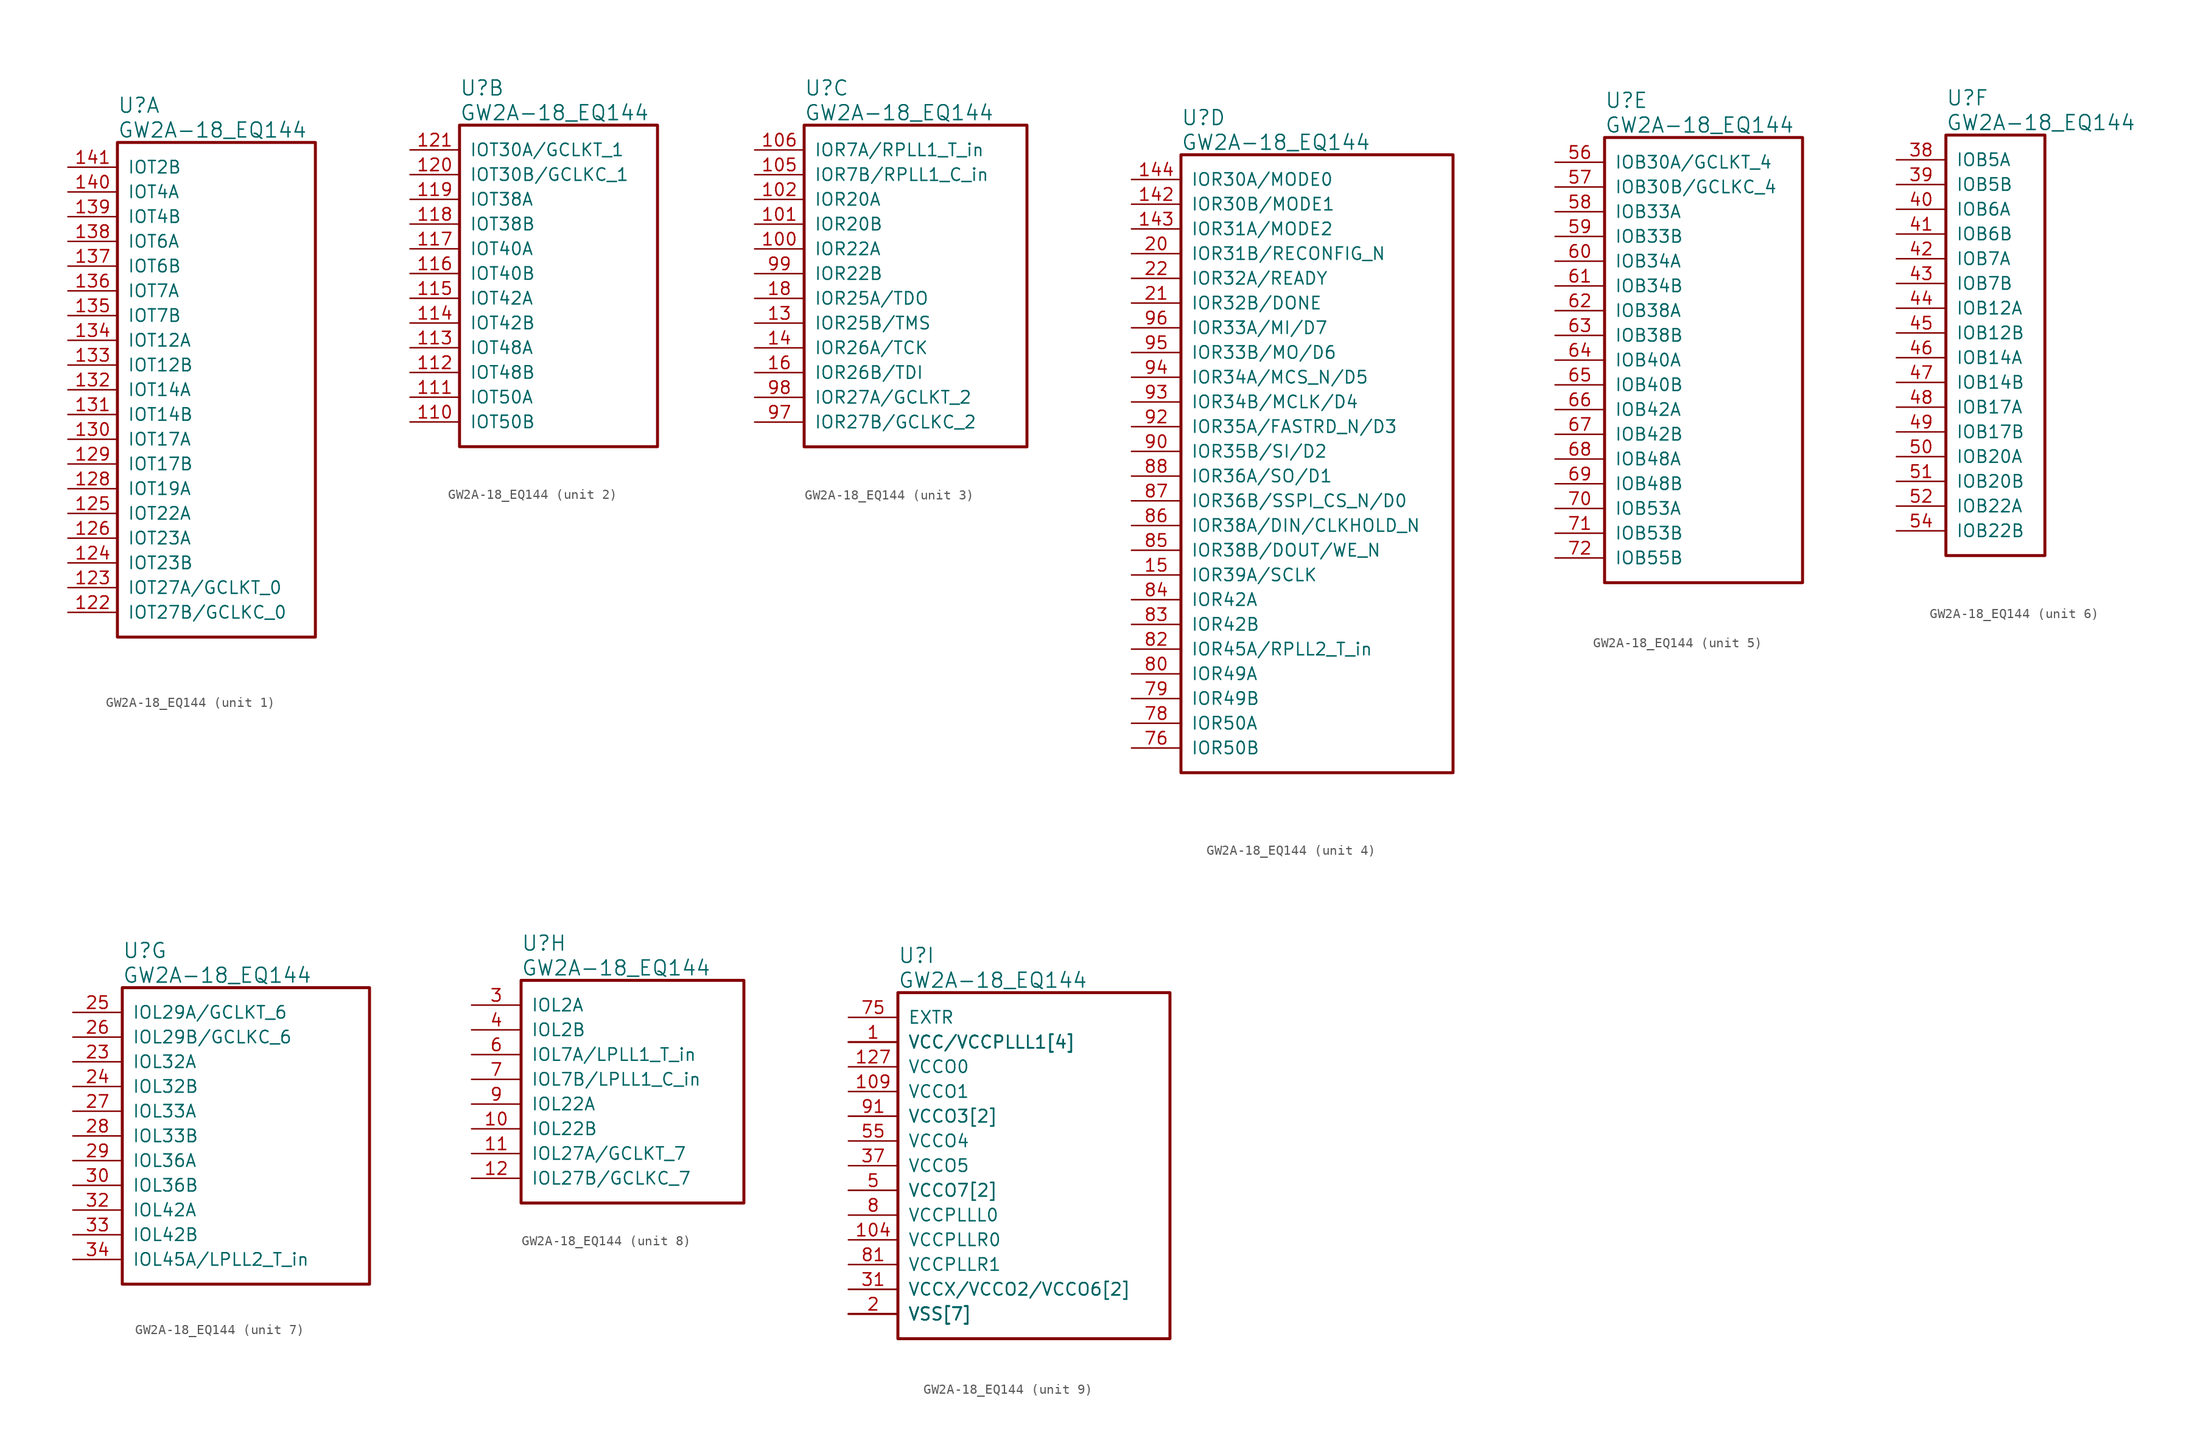
<source format=kicad_sym>
(kicad_symbol_lib
  (version 20211014)
  (generator kicad_symbol_editor)
  (symbol "GW2A-18_EQ144"
    (pin_names
      (offset 1.016))
    (property "Reference" "U"
      (at 5.08 6.35 0)
      (effects (font (size 1.524 1.524)) (justify left)))
    (property "Value" "GW2A-18_EQ144"
      (at 5.08 3.81 0)
      (effects (font (size 1.524 1.524)) (justify left)))
    (property "ki_locked" ""
      (at 0 0 0)
      (effects (font (size 1.27 1.27))))
    (symbol "GW2A-18_EQ144_1_1"
      (rectangle (start 5.08 2.54) (end 25.4 -48.26) (stroke (width 0.305) (type default) (color 0 0 0 0)) (fill (type none)))
      (pin bidirectional line (at 0 -45.72 0) (length 5.08) (name "IOT27B/GCLKC_0" (effects (font (size 1.27 1.27)))) (number "122" (effects (font (size 1.27 1.27)))))
      (pin bidirectional line (at 0 -43.18 0) (length 5.08) (name "IOT27A/GCLKT_0" (effects (font (size 1.27 1.27)))) (number "123" (effects (font (size 1.27 1.27)))))
      (pin bidirectional line (at 0 -40.64 0) (length 5.08) (name "IOT23B" (effects (font (size 1.27 1.27)))) (number "124" (effects (font (size 1.27 1.27)))))
      (pin bidirectional line (at 0 -35.56 0) (length 5.08) (name "IOT22A" (effects (font (size 1.27 1.27)))) (number "125" (effects (font (size 1.27 1.27)))))
      (pin bidirectional line (at 0 -38.1 0) (length 5.08) (name "IOT23A" (effects (font (size 1.27 1.27)))) (number "126" (effects (font (size 1.27 1.27)))))
      (pin bidirectional line (at 0 -33.02 0) (length 5.08) (name "IOT19A" (effects (font (size 1.27 1.27)))) (number "128" (effects (font (size 1.27 1.27)))))
      (pin bidirectional line (at 0 -30.48 0) (length 5.08) (name "IOT17B" (effects (font (size 1.27 1.27)))) (number "129" (effects (font (size 1.27 1.27)))))
      (pin bidirectional line (at 0 -27.94 0) (length 5.08) (name "IOT17A" (effects (font (size 1.27 1.27)))) (number "130" (effects (font (size 1.27 1.27)))))
      (pin bidirectional line (at 0 -25.4 0) (length 5.08) (name "IOT14B" (effects (font (size 1.27 1.27)))) (number "131" (effects (font (size 1.27 1.27)))))
      (pin bidirectional line (at 0 -22.86 0) (length 5.08) (name "IOT14A" (effects (font (size 1.27 1.27)))) (number "132" (effects (font (size 1.27 1.27)))))
      (pin bidirectional line (at 0 -20.32 0) (length 5.08) (name "IOT12B" (effects (font (size 1.27 1.27)))) (number "133" (effects (font (size 1.27 1.27)))))
      (pin bidirectional line (at 0 -17.78 0) (length 5.08) (name "IOT12A" (effects (font (size 1.27 1.27)))) (number "134" (effects (font (size 1.27 1.27)))))
      (pin bidirectional line (at 0 -15.24 0) (length 5.08) (name "IOT7B" (effects (font (size 1.27 1.27)))) (number "135" (effects (font (size 1.27 1.27)))))
      (pin bidirectional line (at 0 -12.7 0) (length 5.08) (name "IOT7A" (effects (font (size 1.27 1.27)))) (number "136" (effects (font (size 1.27 1.27)))))
      (pin bidirectional line (at 0 -10.16 0) (length 5.08) (name "IOT6B" (effects (font (size 1.27 1.27)))) (number "137" (effects (font (size 1.27 1.27)))))
      (pin bidirectional line (at 0 -7.62 0) (length 5.08) (name "IOT6A" (effects (font (size 1.27 1.27)))) (number "138" (effects (font (size 1.27 1.27)))))
      (pin bidirectional line (at 0 -5.08 0) (length 5.08) (name "IOT4B" (effects (font (size 1.27 1.27)))) (number "139" (effects (font (size 1.27 1.27)))))
      (pin bidirectional line (at 0 -2.54 0) (length 5.08) (name "IOT4A" (effects (font (size 1.27 1.27)))) (number "140" (effects (font (size 1.27 1.27)))))
      (pin bidirectional line (at 0 0 0) (length 5.08) (name "IOT2B" (effects (font (size 1.27 1.27)))) (number "141" (effects (font (size 1.27 1.27))))))
    (symbol "GW2A-18_EQ144_2_1"
      (rectangle (start 5.08 2.54) (end 25.4 -30.48) (stroke (width 0.305) (type default) (color 0 0 0 0)) (fill (type none)))
      (pin bidirectional line (at 0 -27.94 0) (length 5.08) (name "IOT50B" (effects (font (size 1.27 1.27)))) (number "110" (effects (font (size 1.27 1.27)))))
      (pin bidirectional line (at 0 -25.4 0) (length 5.08) (name "IOT50A" (effects (font (size 1.27 1.27)))) (number "111" (effects (font (size 1.27 1.27)))))
      (pin bidirectional line (at 0 -22.86 0) (length 5.08) (name "IOT48B" (effects (font (size 1.27 1.27)))) (number "112" (effects (font (size 1.27 1.27)))))
      (pin bidirectional line (at 0 -20.32 0) (length 5.08) (name "IOT48A" (effects (font (size 1.27 1.27)))) (number "113" (effects (font (size 1.27 1.27)))))
      (pin bidirectional line (at 0 -17.78 0) (length 5.08) (name "IOT42B" (effects (font (size 1.27 1.27)))) (number "114" (effects (font (size 1.27 1.27)))))
      (pin bidirectional line (at 0 -15.24 0) (length 5.08) (name "IOT42A" (effects (font (size 1.27 1.27)))) (number "115" (effects (font (size 1.27 1.27)))))
      (pin bidirectional line (at 0 -12.7 0) (length 5.08) (name "IOT40B" (effects (font (size 1.27 1.27)))) (number "116" (effects (font (size 1.27 1.27)))))
      (pin bidirectional line (at 0 -10.16 0) (length 5.08) (name "IOT40A" (effects (font (size 1.27 1.27)))) (number "117" (effects (font (size 1.27 1.27)))))
      (pin bidirectional line (at 0 -7.62 0) (length 5.08) (name "IOT38B" (effects (font (size 1.27 1.27)))) (number "118" (effects (font (size 1.27 1.27)))))
      (pin bidirectional line (at 0 -5.08 0) (length 5.08) (name "IOT38A" (effects (font (size 1.27 1.27)))) (number "119" (effects (font (size 1.27 1.27)))))
      (pin bidirectional line (at 0 -2.54 0) (length 5.08) (name "IOT30B/GCLKC_1" (effects (font (size 1.27 1.27)))) (number "120" (effects (font (size 1.27 1.27)))))
      (pin bidirectional line (at 0 0 0) (length 5.08) (name "IOT30A/GCLKT_1" (effects (font (size 1.27 1.27)))) (number "121" (effects (font (size 1.27 1.27))))))
    (symbol "GW2A-18_EQ144_3_1"
      (rectangle (start 5.08 2.54) (end 27.94 -30.48) (stroke (width 0.305) (type default) (color 0 0 0 0)) (fill (type none)))
      (pin bidirectional line (at 0 -10.16 0) (length 5.08) (name "IOR22A" (effects (font (size 1.27 1.27)))) (number "100" (effects (font (size 1.27 1.27)))))
      (pin bidirectional line (at 0 -7.62 0) (length 5.08) (name "IOR20B" (effects (font (size 1.27 1.27)))) (number "101" (effects (font (size 1.27 1.27)))))
      (pin bidirectional line (at 0 -5.08 0) (length 5.08) (name "IOR20A" (effects (font (size 1.27 1.27)))) (number "102" (effects (font (size 1.27 1.27)))))
      (pin bidirectional line (at 0 -2.54 0) (length 5.08) (name "IOR7B/RPLL1_C_in" (effects (font (size 1.27 1.27)))) (number "105" (effects (font (size 1.27 1.27)))))
      (pin bidirectional line (at 0 0 0) (length 5.08) (name "IOR7A/RPLL1_T_in" (effects (font (size 1.27 1.27)))) (number "106" (effects (font (size 1.27 1.27)))))
      (pin bidirectional line (at 0 -17.78 0) (length 5.08) (name "IOR25B/TMS" (effects (font (size 1.27 1.27)))) (number "13" (effects (font (size 1.27 1.27)))))
      (pin bidirectional line (at 0 -20.32 0) (length 5.08) (name "IOR26A/TCK" (effects (font (size 1.27 1.27)))) (number "14" (effects (font (size 1.27 1.27)))))
      (pin bidirectional line (at 0 -22.86 0) (length 5.08) (name "IOR26B/TDI" (effects (font (size 1.27 1.27)))) (number "16" (effects (font (size 1.27 1.27)))))
      (pin bidirectional line (at 0 -15.24 0) (length 5.08) (name "IOR25A/TDO" (effects (font (size 1.27 1.27)))) (number "18" (effects (font (size 1.27 1.27)))))
      (pin bidirectional line (at 0 -27.94 0) (length 5.08) (name "IOR27B/GCLKC_2" (effects (font (size 1.27 1.27)))) (number "97" (effects (font (size 1.27 1.27)))))
      (pin bidirectional line (at 0 -25.4 0) (length 5.08) (name "IOR27A/GCLKT_2" (effects (font (size 1.27 1.27)))) (number "98" (effects (font (size 1.27 1.27)))))
      (pin bidirectional line (at 0 -12.7 0) (length 5.08) (name "IOR22B" (effects (font (size 1.27 1.27)))) (number "99" (effects (font (size 1.27 1.27))))))
    (symbol "GW2A-18_EQ144_4_1"
      (rectangle (start 5.08 2.54) (end 33.02 -60.96) (stroke (width 0.305) (type default) (color 0 0 0 0)) (fill (type none)))
      (pin bidirectional line (at 0 -2.54 0) (length 5.08) (name "IOR30B/MODE1" (effects (font (size 1.27 1.27)))) (number "142" (effects (font (size 1.27 1.27)))))
      (pin bidirectional line (at 0 -5.08 0) (length 5.08) (name "IOR31A/MODE2" (effects (font (size 1.27 1.27)))) (number "143" (effects (font (size 1.27 1.27)))))
      (pin bidirectional line (at 0 0 0) (length 5.08) (name "IOR30A/MODE0" (effects (font (size 1.27 1.27)))) (number "144" (effects (font (size 1.27 1.27)))))
      (pin bidirectional line (at 0 -40.64 0) (length 5.08) (name "IOR39A/SCLK" (effects (font (size 1.27 1.27)))) (number "15" (effects (font (size 1.27 1.27)))))
      (pin bidirectional line (at 0 -7.62 0) (length 5.08) (name "IOR31B/RECONFIG_N" (effects (font (size 1.27 1.27)))) (number "20" (effects (font (size 1.27 1.27)))))
      (pin bidirectional line (at 0 -12.7 0) (length 5.08) (name "IOR32B/DONE" (effects (font (size 1.27 1.27)))) (number "21" (effects (font (size 1.27 1.27)))))
      (pin bidirectional line (at 0 -10.16 0) (length 5.08) (name "IOR32A/READY" (effects (font (size 1.27 1.27)))) (number "22" (effects (font (size 1.27 1.27)))))
      (pin bidirectional line (at 0 -58.42 0) (length 5.08) (name "IOR50B" (effects (font (size 1.27 1.27)))) (number "76" (effects (font (size 1.27 1.27)))))
      (pin bidirectional line (at 0 -55.88 0) (length 5.08) (name "IOR50A" (effects (font (size 1.27 1.27)))) (number "78" (effects (font (size 1.27 1.27)))))
      (pin bidirectional line (at 0 -53.34 0) (length 5.08) (name "IOR49B" (effects (font (size 1.27 1.27)))) (number "79" (effects (font (size 1.27 1.27)))))
      (pin bidirectional line (at 0 -50.8 0) (length 5.08) (name "IOR49A" (effects (font (size 1.27 1.27)))) (number "80" (effects (font (size 1.27 1.27)))))
      (pin bidirectional line (at 0 -48.26 0) (length 5.08) (name "IOR45A/RPLL2_T_in" (effects (font (size 1.27 1.27)))) (number "82" (effects (font (size 1.27 1.27)))))
      (pin bidirectional line (at 0 -45.72 0) (length 5.08) (name "IOR42B" (effects (font (size 1.27 1.27)))) (number "83" (effects (font (size 1.27 1.27)))))
      (pin bidirectional line (at 0 -43.18 0) (length 5.08) (name "IOR42A" (effects (font (size 1.27 1.27)))) (number "84" (effects (font (size 1.27 1.27)))))
      (pin bidirectional line (at 0 -38.1 0) (length 5.08) (name "IOR38B/DOUT/WE_N" (effects (font (size 1.27 1.27)))) (number "85" (effects (font (size 1.27 1.27)))))
      (pin bidirectional line (at 0 -35.56 0) (length 5.08) (name "IOR38A/DIN/CLKHOLD_N" (effects (font (size 1.27 1.27)))) (number "86" (effects (font (size 1.27 1.27)))))
      (pin bidirectional line (at 0 -33.02 0) (length 5.08) (name "IOR36B/SSPI_CS_N/D0" (effects (font (size 1.27 1.27)))) (number "87" (effects (font (size 1.27 1.27)))))
      (pin bidirectional line (at 0 -30.48 0) (length 5.08) (name "IOR36A/SO/D1" (effects (font (size 1.27 1.27)))) (number "88" (effects (font (size 1.27 1.27)))))
      (pin bidirectional line (at 0 -27.94 0) (length 5.08) (name "IOR35B/SI/D2" (effects (font (size 1.27 1.27)))) (number "90" (effects (font (size 1.27 1.27)))))
      (pin bidirectional line (at 0 -25.4 0) (length 5.08) (name "IOR35A/FASTRD_N/D3" (effects (font (size 1.27 1.27)))) (number "92" (effects (font (size 1.27 1.27)))))
      (pin bidirectional line (at 0 -22.86 0) (length 5.08) (name "IOR34B/MCLK/D4" (effects (font (size 1.27 1.27)))) (number "93" (effects (font (size 1.27 1.27)))))
      (pin bidirectional line (at 0 -20.32 0) (length 5.08) (name "IOR34A/MCS_N/D5" (effects (font (size 1.27 1.27)))) (number "94" (effects (font (size 1.27 1.27)))))
      (pin bidirectional line (at 0 -17.78 0) (length 5.08) (name "IOR33B/MO/D6" (effects (font (size 1.27 1.27)))) (number "95" (effects (font (size 1.27 1.27)))))
      (pin bidirectional line (at 0 -15.24 0) (length 5.08) (name "IOR33A/MI/D7" (effects (font (size 1.27 1.27)))) (number "96" (effects (font (size 1.27 1.27))))))
    (symbol "GW2A-18_EQ144_5_1"
      (rectangle (start 5.08 2.54) (end 25.4 -43.18) (stroke (width 0.305) (type default) (color 0 0 0 0)) (fill (type none)))
      (pin bidirectional line (at 0 0 0) (length 5.08) (name "IOB30A/GCLKT_4" (effects (font (size 1.27 1.27)))) (number "56" (effects (font (size 1.27 1.27)))))
      (pin bidirectional line (at 0 -2.54 0) (length 5.08) (name "IOB30B/GCLKC_4" (effects (font (size 1.27 1.27)))) (number "57" (effects (font (size 1.27 1.27)))))
      (pin bidirectional line (at 0 -5.08 0) (length 5.08) (name "IOB33A" (effects (font (size 1.27 1.27)))) (number "58" (effects (font (size 1.27 1.27)))))
      (pin bidirectional line (at 0 -7.62 0) (length 5.08) (name "IOB33B" (effects (font (size 1.27 1.27)))) (number "59" (effects (font (size 1.27 1.27)))))
      (pin bidirectional line (at 0 -10.16 0) (length 5.08) (name "IOB34A" (effects (font (size 1.27 1.27)))) (number "60" (effects (font (size 1.27 1.27)))))
      (pin bidirectional line (at 0 -12.7 0) (length 5.08) (name "IOB34B" (effects (font (size 1.27 1.27)))) (number "61" (effects (font (size 1.27 1.27)))))
      (pin bidirectional line (at 0 -15.24 0) (length 5.08) (name "IOB38A" (effects (font (size 1.27 1.27)))) (number "62" (effects (font (size 1.27 1.27)))))
      (pin bidirectional line (at 0 -17.78 0) (length 5.08) (name "IOB38B" (effects (font (size 1.27 1.27)))) (number "63" (effects (font (size 1.27 1.27)))))
      (pin bidirectional line (at 0 -20.32 0) (length 5.08) (name "IOB40A" (effects (font (size 1.27 1.27)))) (number "64" (effects (font (size 1.27 1.27)))))
      (pin bidirectional line (at 0 -22.86 0) (length 5.08) (name "IOB40B" (effects (font (size 1.27 1.27)))) (number "65" (effects (font (size 1.27 1.27)))))
      (pin bidirectional line (at 0 -25.4 0) (length 5.08) (name "IOB42A" (effects (font (size 1.27 1.27)))) (number "66" (effects (font (size 1.27 1.27)))))
      (pin bidirectional line (at 0 -27.94 0) (length 5.08) (name "IOB42B" (effects (font (size 1.27 1.27)))) (number "67" (effects (font (size 1.27 1.27)))))
      (pin bidirectional line (at 0 -30.48 0) (length 5.08) (name "IOB48A" (effects (font (size 1.27 1.27)))) (number "68" (effects (font (size 1.27 1.27)))))
      (pin bidirectional line (at 0 -33.02 0) (length 5.08) (name "IOB48B" (effects (font (size 1.27 1.27)))) (number "69" (effects (font (size 1.27 1.27)))))
      (pin bidirectional line (at 0 -35.56 0) (length 5.08) (name "IOB53A" (effects (font (size 1.27 1.27)))) (number "70" (effects (font (size 1.27 1.27)))))
      (pin bidirectional line (at 0 -38.1 0) (length 5.08) (name "IOB53B" (effects (font (size 1.27 1.27)))) (number "71" (effects (font (size 1.27 1.27)))))
      (pin bidirectional line (at 0 -40.64 0) (length 5.08) (name "IOB55B" (effects (font (size 1.27 1.27)))) (number "72" (effects (font (size 1.27 1.27))))))
    (symbol "GW2A-18_EQ144_6_1"
      (rectangle (start 5.08 2.54) (end 15.24 -40.64) (stroke (width 0.305) (type default) (color 0 0 0 0)) (fill (type none)))
      (pin bidirectional line (at 0 0 0) (length 5.08) (name "IOB5A" (effects (font (size 1.27 1.27)))) (number "38" (effects (font (size 1.27 1.27)))))
      (pin bidirectional line (at 0 -2.54 0) (length 5.08) (name "IOB5B" (effects (font (size 1.27 1.27)))) (number "39" (effects (font (size 1.27 1.27)))))
      (pin bidirectional line (at 0 -5.08 0) (length 5.08) (name "IOB6A" (effects (font (size 1.27 1.27)))) (number "40" (effects (font (size 1.27 1.27)))))
      (pin bidirectional line (at 0 -7.62 0) (length 5.08) (name "IOB6B" (effects (font (size 1.27 1.27)))) (number "41" (effects (font (size 1.27 1.27)))))
      (pin bidirectional line (at 0 -10.16 0) (length 5.08) (name "IOB7A" (effects (font (size 1.27 1.27)))) (number "42" (effects (font (size 1.27 1.27)))))
      (pin bidirectional line (at 0 -12.7 0) (length 5.08) (name "IOB7B" (effects (font (size 1.27 1.27)))) (number "43" (effects (font (size 1.27 1.27)))))
      (pin bidirectional line (at 0 -15.24 0) (length 5.08) (name "IOB12A" (effects (font (size 1.27 1.27)))) (number "44" (effects (font (size 1.27 1.27)))))
      (pin bidirectional line (at 0 -17.78 0) (length 5.08) (name "IOB12B" (effects (font (size 1.27 1.27)))) (number "45" (effects (font (size 1.27 1.27)))))
      (pin bidirectional line (at 0 -20.32 0) (length 5.08) (name "IOB14A" (effects (font (size 1.27 1.27)))) (number "46" (effects (font (size 1.27 1.27)))))
      (pin bidirectional line (at 0 -22.86 0) (length 5.08) (name "IOB14B" (effects (font (size 1.27 1.27)))) (number "47" (effects (font (size 1.27 1.27)))))
      (pin bidirectional line (at 0 -25.4 0) (length 5.08) (name "IOB17A" (effects (font (size 1.27 1.27)))) (number "48" (effects (font (size 1.27 1.27)))))
      (pin bidirectional line (at 0 -27.94 0) (length 5.08) (name "IOB17B" (effects (font (size 1.27 1.27)))) (number "49" (effects (font (size 1.27 1.27)))))
      (pin bidirectional line (at 0 -30.48 0) (length 5.08) (name "IOB20A" (effects (font (size 1.27 1.27)))) (number "50" (effects (font (size 1.27 1.27)))))
      (pin bidirectional line (at 0 -33.02 0) (length 5.08) (name "IOB20B" (effects (font (size 1.27 1.27)))) (number "51" (effects (font (size 1.27 1.27)))))
      (pin bidirectional line (at 0 -35.56 0) (length 5.08) (name "IOB22A" (effects (font (size 1.27 1.27)))) (number "52" (effects (font (size 1.27 1.27)))))
      (pin bidirectional line (at 0 -38.1 0) (length 5.08) (name "IOB22B" (effects (font (size 1.27 1.27)))) (number "54" (effects (font (size 1.27 1.27))))))
    (symbol "GW2A-18_EQ144_7_1"
      (rectangle (start 5.08 2.54) (end 30.48 -27.94) (stroke (width 0.305) (type default) (color 0 0 0 0)) (fill (type none)))
      (pin bidirectional line (at 0 -5.08 0) (length 5.08) (name "IOL32A" (effects (font (size 1.27 1.27)))) (number "23" (effects (font (size 1.27 1.27)))))
      (pin bidirectional line (at 0 -7.62 0) (length 5.08) (name "IOL32B" (effects (font (size 1.27 1.27)))) (number "24" (effects (font (size 1.27 1.27)))))
      (pin bidirectional line (at 0 0 0) (length 5.08) (name "IOL29A/GCLKT_6" (effects (font (size 1.27 1.27)))) (number "25" (effects (font (size 1.27 1.27)))))
      (pin bidirectional line (at 0 -2.54 0) (length 5.08) (name "IOL29B/GCLKC_6" (effects (font (size 1.27 1.27)))) (number "26" (effects (font (size 1.27 1.27)))))
      (pin bidirectional line (at 0 -10.16 0) (length 5.08) (name "IOL33A" (effects (font (size 1.27 1.27)))) (number "27" (effects (font (size 1.27 1.27)))))
      (pin bidirectional line (at 0 -12.7 0) (length 5.08) (name "IOL33B" (effects (font (size 1.27 1.27)))) (number "28" (effects (font (size 1.27 1.27)))))
      (pin bidirectional line (at 0 -15.24 0) (length 5.08) (name "IOL36A" (effects (font (size 1.27 1.27)))) (number "29" (effects (font (size 1.27 1.27)))))
      (pin bidirectional line (at 0 -17.78 0) (length 5.08) (name "IOL36B" (effects (font (size 1.27 1.27)))) (number "30" (effects (font (size 1.27 1.27)))))
      (pin bidirectional line (at 0 -20.32 0) (length 5.08) (name "IOL42A" (effects (font (size 1.27 1.27)))) (number "32" (effects (font (size 1.27 1.27)))))
      (pin bidirectional line (at 0 -22.86 0) (length 5.08) (name "IOL42B" (effects (font (size 1.27 1.27)))) (number "33" (effects (font (size 1.27 1.27)))))
      (pin bidirectional line (at 0 -25.4 0) (length 5.08) (name "IOL45A/LPLL2_T_in" (effects (font (size 1.27 1.27)))) (number "34" (effects (font (size 1.27 1.27))))))
    (symbol "GW2A-18_EQ144_8_1"
      (rectangle (start 5.08 2.54) (end 27.94 -20.32) (stroke (width 0.305) (type default) (color 0 0 0 0)) (fill (type none)))
      (pin bidirectional line (at 0 -12.7 0) (length 5.08) (name "IOL22B" (effects (font (size 1.27 1.27)))) (number "10" (effects (font (size 1.27 1.27)))))
      (pin bidirectional line (at 0 -15.24 0) (length 5.08) (name "IOL27A/GCLKT_7" (effects (font (size 1.27 1.27)))) (number "11" (effects (font (size 1.27 1.27)))))
      (pin bidirectional line (at 0 -17.78 0) (length 5.08) (name "IOL27B/GCLKC_7" (effects (font (size 1.27 1.27)))) (number "12" (effects (font (size 1.27 1.27)))))
      (pin bidirectional line (at 0 0 0) (length 5.08) (name "IOL2A" (effects (font (size 1.27 1.27)))) (number "3" (effects (font (size 1.27 1.27)))))
      (pin bidirectional line (at 0 -2.54 0) (length 5.08) (name "IOL2B" (effects (font (size 1.27 1.27)))) (number "4" (effects (font (size 1.27 1.27)))))
      (pin bidirectional line (at 0 -5.08 0) (length 5.08) (name "IOL7A/LPLL1_T_in" (effects (font (size 1.27 1.27)))) (number "6" (effects (font (size 1.27 1.27)))))
      (pin bidirectional line (at 0 -7.62 0) (length 5.08) (name "IOL7B/LPLL1_C_in" (effects (font (size 1.27 1.27)))) (number "7" (effects (font (size 1.27 1.27)))))
      (pin bidirectional line (at 0 -10.16 0) (length 5.08) (name "IOL22A" (effects (font (size 1.27 1.27)))) (number "9" (effects (font (size 1.27 1.27))))))
    (symbol "GW2A-18_EQ144_9_1"
      (rectangle (start 5.08 2.54) (end 33.02 -33.02) (stroke (width 0.305) (type default) (color 0 0 0 0)) (fill (type none)))
      (pin power_in line (at 0 -2.54 0) (length 5.08) (name "VCC/VCCPLLL1[4]" (effects (font (size 1.27 1.27)))) (number "1" (effects (font (size 1.27 1.27)))))
      (pin power_in line (at 0 -27.94 0) (length 5.08) (name "VCCX/VCCO2/VCCO6[2]" (effects (font (size 1.27 1.27)))) (number "103" (effects (font (size 0 0)))))
      (pin power_in line (at 0 -22.86 0) (length 5.08) (name "VCCPLLR0" (effects (font (size 1.27 1.27)))) (number "104" (effects (font (size 1.27 1.27)))))
      (pin power_in line (at 0 -30.48 0) (length 5.08) (name "VSS[7]" (effects (font (size 1.27 1.27)))) (number "107" (effects (font (size 0 0)))))
      (pin power_in line (at 0 -2.54 0) (length 5.08) (name "VCC/VCCPLLL1[4]" (effects (font (size 1.27 1.27)))) (number "108" (effects (font (size 0 0)))))
      (pin power_in line (at 0 -7.62 0) (length 5.08) (name "VCCO1" (effects (font (size 1.27 1.27)))) (number "109" (effects (font (size 1.27 1.27)))))
      (pin power_in line (at 0 -5.08 0) (length 5.08) (name "VCCO0" (effects (font (size 1.27 1.27)))) (number "127" (effects (font (size 1.27 1.27)))))
      (pin power_in line (at 0 -30.48 0) (length 5.08) (name "VSS[7]" (effects (font (size 1.27 1.27)))) (number "17" (effects (font (size 0 0)))))
      (pin power_in line (at 0 -17.78 0) (length 5.08) (name "VCCO7[2]" (effects (font (size 1.27 1.27)))) (number "19" (effects (font (size 0 0)))))
      (pin power_in line (at 0 -30.48 0) (length 5.08) (name "VSS[7]" (effects (font (size 1.27 1.27)))) (number "2" (effects (font (size 1.27 1.27)))))
      (pin power_in line (at 0 -27.94 0) (length 5.08) (name "VCCX/VCCO2/VCCO6[2]" (effects (font (size 1.27 1.27)))) (number "31" (effects (font (size 1.27 1.27)))))
      (pin power_in line (at 0 -30.48 0) (length 5.08) (name "VSS[7]" (effects (font (size 1.27 1.27)))) (number "35" (effects (font (size 0 0)))))
      (pin power_in line (at 0 -2.54 0) (length 5.08) (name "VCC/VCCPLLL1[4]" (effects (font (size 1.27 1.27)))) (number "36" (effects (font (size 0 0)))))
      (pin power_in line (at 0 -15.24 0) (length 5.08) (name "VCCO5" (effects (font (size 1.27 1.27)))) (number "37" (effects (font (size 1.27 1.27)))))
      (pin power_in line (at 0 -17.78 0) (length 5.08) (name "VCCO7[2]" (effects (font (size 1.27 1.27)))) (number "5" (effects (font (size 1.27 1.27)))))
      (pin power_in line (at 0 -30.48 0) (length 5.08) (name "VSS[7]" (effects (font (size 1.27 1.27)))) (number "53" (effects (font (size 0 0)))))
      (pin power_in line (at 0 -12.7 0) (length 5.08) (name "VCCO4" (effects (font (size 1.27 1.27)))) (number "55" (effects (font (size 1.27 1.27)))))
      (pin power_in line (at 0 -2.54 0) (length 5.08) (name "VCC/VCCPLLL1[4]" (effects (font (size 1.27 1.27)))) (number "73" (effects (font (size 0 0)))))
      (pin power_in line (at 0 -30.48 0) (length 5.08) (name "VSS[7]" (effects (font (size 1.27 1.27)))) (number "74" (effects (font (size 0 0)))))
      (pin power_in line (at 0 0 0) (length 5.08) (name "EXTR" (effects (font (size 1.27 1.27)))) (number "75" (effects (font (size 1.27 1.27)))))
      (pin power_in line (at 0 -10.16 0) (length 5.08) (name "VCCO3[2]" (effects (font (size 1.27 1.27)))) (number "77" (effects (font (size 0 0)))))
      (pin power_in line (at 0 -20.32 0) (length 5.08) (name "VCCPLLL0" (effects (font (size 1.27 1.27)))) (number "8" (effects (font (size 1.27 1.27)))))
      (pin power_in line (at 0 -25.4 0) (length 5.08) (name "VCCPLLR1" (effects (font (size 1.27 1.27)))) (number "81" (effects (font (size 1.27 1.27)))))
      (pin power_in line (at 0 -30.48 0) (length 5.08) (name "VSS[7]" (effects (font (size 1.27 1.27)))) (number "89" (effects (font (size 0 0)))))
      (pin power_in line (at 0 -10.16 0) (length 5.08) (name "VCCO3[2]" (effects (font (size 1.27 1.27)))) (number "91" (effects (font (size 1.27 1.27))))))))
</source>
